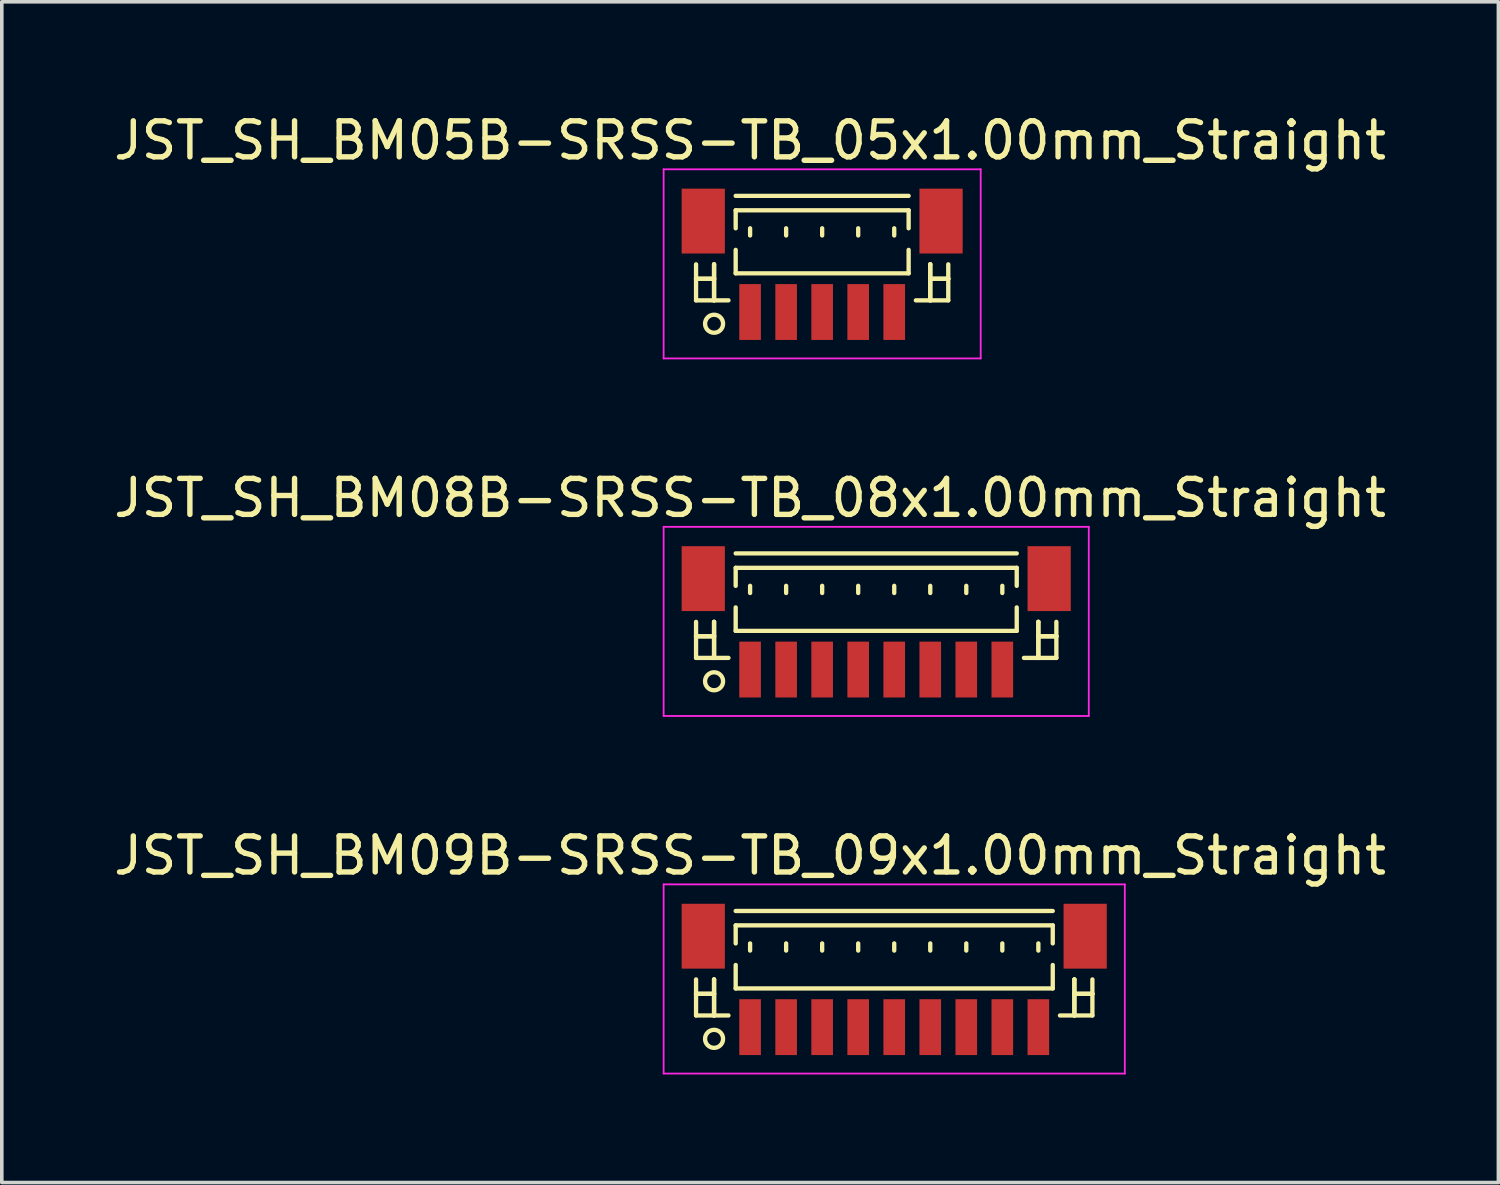
<source format=kicad_pcb>
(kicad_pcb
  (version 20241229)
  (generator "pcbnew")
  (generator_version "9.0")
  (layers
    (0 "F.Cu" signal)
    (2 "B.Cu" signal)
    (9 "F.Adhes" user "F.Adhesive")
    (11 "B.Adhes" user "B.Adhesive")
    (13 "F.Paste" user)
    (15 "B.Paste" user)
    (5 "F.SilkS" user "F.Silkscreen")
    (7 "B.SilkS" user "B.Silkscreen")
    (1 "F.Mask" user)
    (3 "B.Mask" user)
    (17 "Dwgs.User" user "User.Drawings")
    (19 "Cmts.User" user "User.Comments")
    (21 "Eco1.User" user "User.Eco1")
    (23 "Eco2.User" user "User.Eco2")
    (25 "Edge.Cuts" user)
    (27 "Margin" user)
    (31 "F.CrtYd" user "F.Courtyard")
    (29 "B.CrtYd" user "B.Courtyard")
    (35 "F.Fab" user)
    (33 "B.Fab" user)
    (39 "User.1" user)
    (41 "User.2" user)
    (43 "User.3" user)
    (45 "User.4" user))
  (footprint "JST_SH_BM05B-SRSS-TB_05x1.00mm_Straight"
    (layer "F.Cu")
    (at 19.768 4.348)
    (property "Reference" "JST_SH_BM05B-SRSS-TB_05x1.00mm_Straight" (at -2 -3.5 0) (layer "F.SilkS") (effects (font (size 1 1) (thickness 0.15))))
    (attr smd)
    (fp_line (start -3.5 -0.062) (end -3.5 0.938) (stroke (width 0.12) (type solid)) (layer "F.SilkS"))
    (fp_line (start -3.5 0.338) (end -3.5 0.338) (stroke (width 0.12) (type solid)) (layer "F.SilkS"))
    (fp_line (start -3.5 0.338) (end -3 0.338) (stroke (width 0.12) (type solid)) (layer "F.SilkS"))
    (fp_line (start -3.5 0.938) (end -2.6 0.938) (stroke (width 0.12) (type solid)) (layer "F.SilkS"))
    (fp_line (start -3 -0.062) (end -3 -0.062) (stroke (width 0.12) (type solid)) (layer "F.SilkS"))
    (fp_line (start -3 -0.062) (end -3 0.938) (stroke (width 0.12) (type solid)) (layer "F.SilkS"))
    (fp_line (start -3 0.338) (end -3.5 0.338) (stroke (width 0.12) (type solid)) (layer "F.SilkS"))
    (fp_line (start -3 0.338) (end -3 0.338) (stroke (width 0.12) (type solid)) (layer "F.SilkS"))
    (fp_line (start -3 0.938) (end -3 -0.062) (stroke (width 0.12) (type solid)) (layer "F.SilkS"))
    (fp_line (start -3 0.938) (end -3 0.938) (stroke (width 0.12) (type solid)) (layer "F.SilkS"))
    (fp_line (start -2.4 -1.962) (end 2.4 -1.962) (stroke (width 0.12) (type solid)) (layer "F.SilkS"))
    (fp_line (start -2.4 -1.562) (end 2.4 -1.562) (stroke (width 0.12) (type solid)) (layer "F.SilkS"))
    (fp_line (start -2.4 -1.062) (end -2.4 -1.562) (stroke (width 0.12) (type solid)) (layer "F.SilkS"))
    (fp_line (start -2.4 -0.463) (end -2.4 0.188) (stroke (width 0.12) (type solid)) (layer "F.SilkS"))
    (fp_line (start -2.4 0.188) (end 2.4 0.188) (stroke (width 0.12) (type solid)) (layer "F.SilkS"))
    (fp_line (start -2 -1.062) (end -2 -0.863) (stroke (width 0.12) (type solid)) (layer "F.SilkS"))
    (fp_line (start -1 -1.062) (end -1 -0.863) (stroke (width 0.12) (type solid)) (layer "F.SilkS"))
    (fp_line (start 0 -1.062) (end 0 -0.863) (stroke (width 0.12) (type solid)) (layer "F.SilkS"))
    (fp_line (start 1 -1.062) (end 1 -0.863) (stroke (width 0.12) (type solid)) (layer "F.SilkS"))
    (fp_line (start 2 -1.062) (end 2 -0.863) (stroke (width 0.12) (type solid)) (layer "F.SilkS"))
    (fp_line (start 2.4 -1.562) (end 2.4 -1.062) (stroke (width 0.12) (type solid)) (layer "F.SilkS"))
    (fp_line (start 2.4 0.188) (end 2.4 -0.463) (stroke (width 0.12) (type solid)) (layer "F.SilkS"))
    (fp_line (start 3 -0.062) (end 3 -0.062) (stroke (width 0.12) (type solid)) (layer "F.SilkS"))
    (fp_line (start 3 -0.062) (end 3 0.938) (stroke (width 0.12) (type solid)) (layer "F.SilkS"))
    (fp_line (start 3 0.338) (end 3 0.338) (stroke (width 0.12) (type solid)) (layer "F.SilkS"))
    (fp_line (start 3 0.338) (end 3.5 0.338) (stroke (width 0.12) (type solid)) (layer "F.SilkS"))
    (fp_line (start 3 0.938) (end 3 -0.062) (stroke (width 0.12) (type solid)) (layer "F.SilkS"))
    (fp_line (start 3 0.938) (end 3 0.938) (stroke (width 0.12) (type solid)) (layer "F.SilkS"))
    (fp_line (start 3.5 -0.062) (end 3.5 0.938) (stroke (width 0.12) (type solid)) (layer "F.SilkS"))
    (fp_line (start 3.5 0.338) (end 3 0.338) (stroke (width 0.12) (type solid)) (layer "F.SilkS"))
    (fp_line (start 3.5 0.338) (end 3.5 0.338) (stroke (width 0.12) (type solid)) (layer "F.SilkS"))
    (fp_line (start 3.5 0.938) (end 2.6 0.938) (stroke (width 0.12) (type solid)) (layer "F.SilkS"))
    (fp_circle (center -3 1.587) (end -2.75 1.587) (stroke (width 0.12) (type solid)) (fill no) (layer "F.SilkS"))
    (fp_line (start -4.4 -2.7) (end 4.4 -2.7) (stroke (width 0.05) (type solid)) (layer "F.CrtYd"))
    (fp_line (start -4.4 2.55) (end -4.4 -2.7) (stroke (width 0.05) (type solid)) (layer "F.CrtYd"))
    (fp_line (start 4.4 -2.7) (end 4.4 2.55) (stroke (width 0.05) (type solid)) (layer "F.CrtYd"))
    (fp_line (start 4.4 2.55) (end -4.4 2.55) (stroke (width 0.05) (type solid)) (layer "F.CrtYd"))
    (pad "" smd rect (at -3.3 -1.262) (size 1.2 1.8) (layers "F.Cu" "F.Mask" "F.Paste"))
    (pad "" smd rect (at 3.3 -1.262) (size 1.2 1.8) (layers "F.Cu" "F.Mask" "F.Paste"))
    (pad "1" smd rect (at -2 1.262) (size 0.6 1.55) (layers "F.Cu" "F.Mask" "F.Paste"))
    (pad "2" smd rect (at -1 1.262) (size 0.6 1.55) (layers "F.Cu" "F.Mask" "F.Paste"))
    (pad "3" smd rect (at 0 1.262) (size 0.6 1.55) (layers "F.Cu" "F.Mask" "F.Paste"))
    (pad "4" smd rect (at 1 1.262) (size 0.6 1.55) (layers "F.Cu" "F.Mask" "F.Paste"))
    (pad "5" smd rect (at 2 1.262) (size 0.6 1.55) (layers "F.Cu" "F.Mask" "F.Paste")))
  (footprint "JST_SH_BM09B-SRSS-TB_09x1.00mm_Straight"
    (layer "F.Cu")
    (at 21.768 24.195)
    (property "Reference" "JST_SH_BM09B-SRSS-TB_09x1.00mm_Straight" (at -4 -3.5 0) (layer "F.SilkS") (effects (font (size 1 1) (thickness 0.15))))
    (attr smd)
    (fp_line (start -5.5 -0.062) (end -5.5 0.938) (stroke (width 0.12) (type solid)) (layer "F.SilkS"))
    (fp_line (start -5.5 0.338) (end -5.5 0.338) (stroke (width 0.12) (type solid)) (layer "F.SilkS"))
    (fp_line (start -5.5 0.338) (end -5 0.338) (stroke (width 0.12) (type solid)) (layer "F.SilkS"))
    (fp_line (start -5.5 0.938) (end -4.6 0.938) (stroke (width 0.12) (type solid)) (layer "F.SilkS"))
    (fp_line (start -5 -0.062) (end -5 -0.062) (stroke (width 0.12) (type solid)) (layer "F.SilkS"))
    (fp_line (start -5 -0.062) (end -5 0.938) (stroke (width 0.12) (type solid)) (layer "F.SilkS"))
    (fp_line (start -5 0.338) (end -5.5 0.338) (stroke (width 0.12) (type solid)) (layer "F.SilkS"))
    (fp_line (start -5 0.338) (end -5 0.338) (stroke (width 0.12) (type solid)) (layer "F.SilkS"))
    (fp_line (start -5 0.938) (end -5 -0.062) (stroke (width 0.12) (type solid)) (layer "F.SilkS"))
    (fp_line (start -5 0.938) (end -5 0.938) (stroke (width 0.12) (type solid)) (layer "F.SilkS"))
    (fp_line (start -4.4 -1.962) (end 4.4 -1.962) (stroke (width 0.12) (type solid)) (layer "F.SilkS"))
    (fp_line (start -4.4 -1.562) (end 4.4 -1.562) (stroke (width 0.12) (type solid)) (layer "F.SilkS"))
    (fp_line (start -4.4 -1.062) (end -4.4 -1.562) (stroke (width 0.12) (type solid)) (layer "F.SilkS"))
    (fp_line (start -4.4 -0.463) (end -4.4 0.188) (stroke (width 0.12) (type solid)) (layer "F.SilkS"))
    (fp_line (start -4.4 0.188) (end 4.4 0.188) (stroke (width 0.12) (type solid)) (layer "F.SilkS"))
    (fp_line (start -4 -1.062) (end -4 -0.863) (stroke (width 0.12) (type solid)) (layer "F.SilkS"))
    (fp_line (start -3 -1.062) (end -3 -0.863) (stroke (width 0.12) (type solid)) (layer "F.SilkS"))
    (fp_line (start -2 -1.062) (end -2 -0.863) (stroke (width 0.12) (type solid)) (layer "F.SilkS"))
    (fp_line (start -1 -1.062) (end -1 -0.863) (stroke (width 0.12) (type solid)) (layer "F.SilkS"))
    (fp_line (start 0 -1.062) (end 0 -0.863) (stroke (width 0.12) (type solid)) (layer "F.SilkS"))
    (fp_line (start 1 -1.062) (end 1 -0.863) (stroke (width 0.12) (type solid)) (layer "F.SilkS"))
    (fp_line (start 2 -1.062) (end 2 -0.863) (stroke (width 0.12) (type solid)) (layer "F.SilkS"))
    (fp_line (start 3 -1.062) (end 3 -0.863) (stroke (width 0.12) (type solid)) (layer "F.SilkS"))
    (fp_line (start 4 -1.062) (end 4 -0.863) (stroke (width 0.12) (type solid)) (layer "F.SilkS"))
    (fp_line (start 4.4 -1.562) (end 4.4 -1.062) (stroke (width 0.12) (type solid)) (layer "F.SilkS"))
    (fp_line (start 4.4 0.188) (end 4.4 -0.463) (stroke (width 0.12) (type solid)) (layer "F.SilkS"))
    (fp_line (start 5 -0.062) (end 5 -0.062) (stroke (width 0.12) (type solid)) (layer "F.SilkS"))
    (fp_line (start 5 -0.062) (end 5 0.938) (stroke (width 0.12) (type solid)) (layer "F.SilkS"))
    (fp_line (start 5 0.338) (end 5 0.338) (stroke (width 0.12) (type solid)) (layer "F.SilkS"))
    (fp_line (start 5 0.338) (end 5.5 0.338) (stroke (width 0.12) (type solid)) (layer "F.SilkS"))
    (fp_line (start 5 0.938) (end 5 -0.062) (stroke (width 0.12) (type solid)) (layer "F.SilkS"))
    (fp_line (start 5 0.938) (end 5 0.938) (stroke (width 0.12) (type solid)) (layer "F.SilkS"))
    (fp_line (start 5.5 -0.062) (end 5.5 0.938) (stroke (width 0.12) (type solid)) (layer "F.SilkS"))
    (fp_line (start 5.5 0.338) (end 5 0.338) (stroke (width 0.12) (type solid)) (layer "F.SilkS"))
    (fp_line (start 5.5 0.338) (end 5.5 0.338) (stroke (width 0.12) (type solid)) (layer "F.SilkS"))
    (fp_line (start 5.5 0.938) (end 4.6 0.938) (stroke (width 0.12) (type solid)) (layer "F.SilkS"))
    (fp_circle (center -5 1.587) (end -4.75 1.587) (stroke (width 0.12) (type solid)) (fill no) (layer "F.SilkS"))
    (fp_line (start -6.4 -2.7) (end 6.4 -2.7) (stroke (width 0.05) (type solid)) (layer "F.CrtYd"))
    (fp_line (start -6.4 2.55) (end -6.4 -2.7) (stroke (width 0.05) (type solid)) (layer "F.CrtYd"))
    (fp_line (start 6.4 -2.7) (end 6.4 2.55) (stroke (width 0.05) (type solid)) (layer "F.CrtYd"))
    (fp_line (start 6.4 2.55) (end -6.4 2.55) (stroke (width 0.05) (type solid)) (layer "F.CrtYd"))
    (pad "" smd rect (at -5.3 -1.262) (size 1.2 1.8) (layers "F.Cu" "F.Mask" "F.Paste"))
    (pad "" smd rect (at 5.3 -1.262) (size 1.2 1.8) (layers "F.Cu" "F.Mask" "F.Paste"))
    (pad "1" smd rect (at -4 1.262) (size 0.6 1.55) (layers "F.Cu" "F.Mask" "F.Paste"))
    (pad "2" smd rect (at -3 1.262) (size 0.6 1.55) (layers "F.Cu" "F.Mask" "F.Paste"))
    (pad "3" smd rect (at -2 1.262) (size 0.6 1.55) (layers "F.Cu" "F.Mask" "F.Paste"))
    (pad "4" smd rect (at -1 1.262) (size 0.6 1.55) (layers "F.Cu" "F.Mask" "F.Paste"))
    (pad "5" smd rect (at 0 1.262) (size 0.6 1.55) (layers "F.Cu" "F.Mask" "F.Paste"))
    (pad "6" smd rect (at 1 1.262) (size 0.6 1.55) (layers "F.Cu" "F.Mask" "F.Paste"))
    (pad "7" smd rect (at 2 1.262) (size 0.6 1.55) (layers "F.Cu" "F.Mask" "F.Paste"))
    (pad "8" smd rect (at 3 1.262) (size 0.6 1.55) (layers "F.Cu" "F.Mask" "F.Paste"))
    (pad "9" smd rect (at 4 1.262) (size 0.6 1.55) (layers "F.Cu" "F.Mask" "F.Paste")))
  (footprint "JST_SH_BM08B-SRSS-TB_08x1.00mm_Straight"
    (layer "F.Cu")
    (at 21.268 14.271)
    (property "Reference" "JST_SH_BM08B-SRSS-TB_08x1.00mm_Straight" (at -3.5 -3.5 0) (layer "F.SilkS") (effects (font (size 1 1) (thickness 0.15))))
    (attr smd)
    (fp_line (start -5 -0.062) (end -5 0.938) (stroke (width 0.12) (type solid)) (layer "F.SilkS"))
    (fp_line (start -5 0.338) (end -5 0.338) (stroke (width 0.12) (type solid)) (layer "F.SilkS"))
    (fp_line (start -5 0.338) (end -4.5 0.338) (stroke (width 0.12) (type solid)) (layer "F.SilkS"))
    (fp_line (start -5 0.938) (end -4.1 0.938) (stroke (width 0.12) (type solid)) (layer "F.SilkS"))
    (fp_line (start -4.5 -0.062) (end -4.5 -0.062) (stroke (width 0.12) (type solid)) (layer "F.SilkS"))
    (fp_line (start -4.5 -0.062) (end -4.5 0.938) (stroke (width 0.12) (type solid)) (layer "F.SilkS"))
    (fp_line (start -4.5 0.338) (end -5 0.338) (stroke (width 0.12) (type solid)) (layer "F.SilkS"))
    (fp_line (start -4.5 0.338) (end -4.5 0.338) (stroke (width 0.12) (type solid)) (layer "F.SilkS"))
    (fp_line (start -4.5 0.938) (end -4.5 -0.062) (stroke (width 0.12) (type solid)) (layer "F.SilkS"))
    (fp_line (start -4.5 0.938) (end -4.5 0.938) (stroke (width 0.12) (type solid)) (layer "F.SilkS"))
    (fp_line (start -3.9 -1.962) (end 3.9 -1.962) (stroke (width 0.12) (type solid)) (layer "F.SilkS"))
    (fp_line (start -3.9 -1.562) (end 3.9 -1.562) (stroke (width 0.12) (type solid)) (layer "F.SilkS"))
    (fp_line (start -3.9 -1.062) (end -3.9 -1.562) (stroke (width 0.12) (type solid)) (layer "F.SilkS"))
    (fp_line (start -3.9 -0.463) (end -3.9 0.188) (stroke (width 0.12) (type solid)) (layer "F.SilkS"))
    (fp_line (start -3.9 0.188) (end 3.9 0.188) (stroke (width 0.12) (type solid)) (layer "F.SilkS"))
    (fp_line (start -3.5 -1.062) (end -3.5 -0.863) (stroke (width 0.12) (type solid)) (layer "F.SilkS"))
    (fp_line (start -2.5 -1.062) (end -2.5 -0.863) (stroke (width 0.12) (type solid)) (layer "F.SilkS"))
    (fp_line (start -1.5 -1.062) (end -1.5 -0.863) (stroke (width 0.12) (type solid)) (layer "F.SilkS"))
    (fp_line (start -0.5 -1.062) (end -0.5 -0.863) (stroke (width 0.12) (type solid)) (layer "F.SilkS"))
    (fp_line (start 0.5 -1.062) (end 0.5 -0.863) (stroke (width 0.12) (type solid)) (layer "F.SilkS"))
    (fp_line (start 1.5 -1.062) (end 1.5 -0.863) (stroke (width 0.12) (type solid)) (layer "F.SilkS"))
    (fp_line (start 2.5 -1.062) (end 2.5 -0.863) (stroke (width 0.12) (type solid)) (layer "F.SilkS"))
    (fp_line (start 3.5 -1.062) (end 3.5 -0.863) (stroke (width 0.12) (type solid)) (layer "F.SilkS"))
    (fp_line (start 3.9 -1.562) (end 3.9 -1.062) (stroke (width 0.12) (type solid)) (layer "F.SilkS"))
    (fp_line (start 3.9 0.188) (end 3.9 -0.463) (stroke (width 0.12) (type solid)) (layer "F.SilkS"))
    (fp_line (start 4.5 -0.062) (end 4.5 -0.062) (stroke (width 0.12) (type solid)) (layer "F.SilkS"))
    (fp_line (start 4.5 -0.062) (end 4.5 0.938) (stroke (width 0.12) (type solid)) (layer "F.SilkS"))
    (fp_line (start 4.5 0.338) (end 4.5 0.338) (stroke (width 0.12) (type solid)) (layer "F.SilkS"))
    (fp_line (start 4.5 0.338) (end 5 0.338) (stroke (width 0.12) (type solid)) (layer "F.SilkS"))
    (fp_line (start 4.5 0.938) (end 4.5 -0.062) (stroke (width 0.12) (type solid)) (layer "F.SilkS"))
    (fp_line (start 4.5 0.938) (end 4.5 0.938) (stroke (width 0.12) (type solid)) (layer "F.SilkS"))
    (fp_line (start 5 -0.062) (end 5 0.938) (stroke (width 0.12) (type solid)) (layer "F.SilkS"))
    (fp_line (start 5 0.338) (end 4.5 0.338) (stroke (width 0.12) (type solid)) (layer "F.SilkS"))
    (fp_line (start 5 0.338) (end 5 0.338) (stroke (width 0.12) (type solid)) (layer "F.SilkS"))
    (fp_line (start 5 0.938) (end 4.1 0.938) (stroke (width 0.12) (type solid)) (layer "F.SilkS"))
    (fp_circle (center -4.5 1.587) (end -4.25 1.587) (stroke (width 0.12) (type solid)) (fill no) (layer "F.SilkS"))
    (fp_line (start -5.9 -2.7) (end 5.9 -2.7) (stroke (width 0.05) (type solid)) (layer "F.CrtYd"))
    (fp_line (start -5.9 2.55) (end -5.9 -2.7) (stroke (width 0.05) (type solid)) (layer "F.CrtYd"))
    (fp_line (start 5.9 -2.7) (end 5.9 2.55) (stroke (width 0.05) (type solid)) (layer "F.CrtYd"))
    (fp_line (start 5.9 2.55) (end -5.9 2.55) (stroke (width 0.05) (type solid)) (layer "F.CrtYd"))
    (pad "" smd rect (at -4.8 -1.262) (size 1.2 1.8) (layers "F.Cu" "F.Mask" "F.Paste"))
    (pad "" smd rect (at 4.8 -1.262) (size 1.2 1.8) (layers "F.Cu" "F.Mask" "F.Paste"))
    (pad "1" smd rect (at -3.5 1.262) (size 0.6 1.55) (layers "F.Cu" "F.Mask" "F.Paste"))
    (pad "2" smd rect (at -2.5 1.262) (size 0.6 1.55) (layers "F.Cu" "F.Mask" "F.Paste"))
    (pad "3" smd rect (at -1.5 1.262) (size 0.6 1.55) (layers "F.Cu" "F.Mask" "F.Paste"))
    (pad "4" smd rect (at -0.5 1.262) (size 0.6 1.55) (layers "F.Cu" "F.Mask" "F.Paste"))
    (pad "5" smd rect (at 0.5 1.262) (size 0.6 1.55) (layers "F.Cu" "F.Mask" "F.Paste"))
    (pad "6" smd rect (at 1.5 1.262) (size 0.6 1.55) (layers "F.Cu" "F.Mask" "F.Paste"))
    (pad "7" smd rect (at 2.5 1.262) (size 0.6 1.55) (layers "F.Cu" "F.Mask" "F.Paste"))
    (pad "8" smd rect (at 3.5 1.262) (size 0.6 1.55) (layers "F.Cu" "F.Mask" "F.Paste")))
  (gr_rect
    (start -3 -3)
    (end 38.536 29.77)
    (stroke (width 0.1) (type default))
    (fill no)
    (layer "Edge.Cuts")))
</source>
